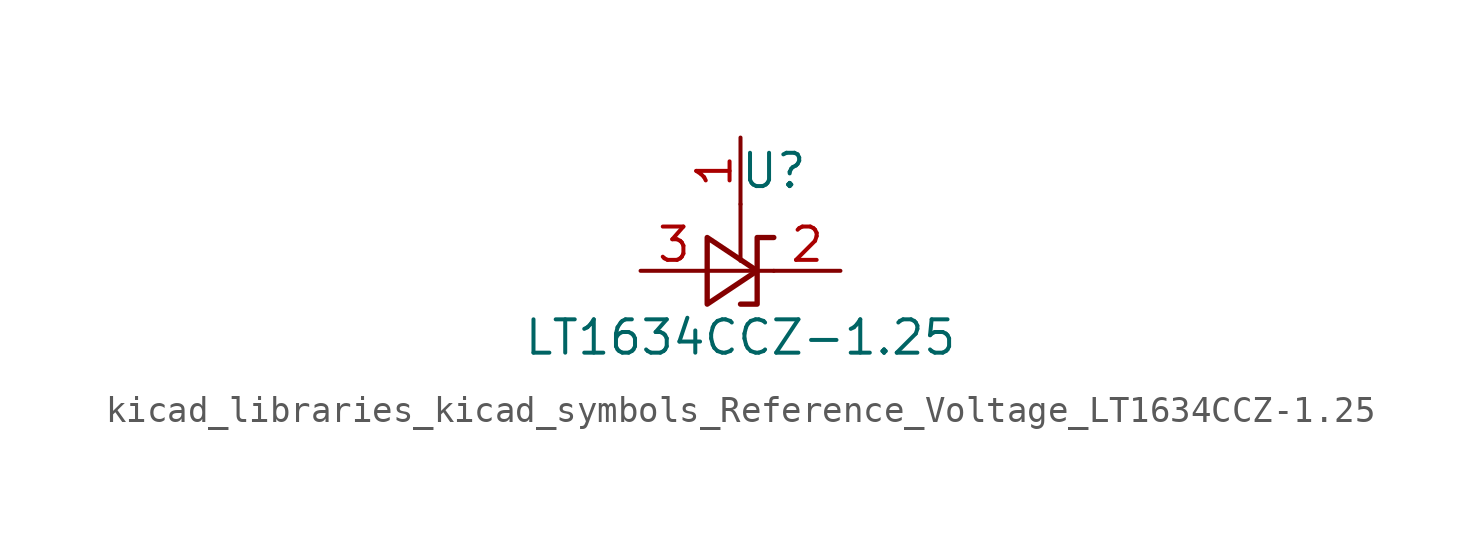
<source format=kicad_sym>
(kicad_symbol_lib
  (version 20220914)
  (generator kicad_symbol_editor)
  (symbol "kicad_libraries_kicad_symbols_Reference_Voltage_LT1634CCZ-1.25"
    (pin_names hide)
    (property "Reference" "U"
      (at 1.27 3.81 0)
      (effects (font (size 1.27 1.27))))
    (property "Value" "LT1634CCZ-1.25"
      (at 0 -2.54 0)
      (effects (font (size 1.27 1.27))))
    (symbol "kicad_libraries_kicad_symbols_Reference_Voltage_LT1634CCZ-1.25_1_1"
      (polyline (pts (xy 0 2.54) (xy 0 0.381)) (stroke (width 0) (type default)) (fill (type none)))
      (polyline (pts (xy -1.27 0) (xy 0 0) (xy 1.27 0)) (stroke (width 0) (type default)) (fill (type none)))
      (polyline (pts (xy -1.27 -1.27) (xy 0.635 0) (xy -1.27 1.27) (xy -1.27 -1.27)) (stroke (width 0.203) (type default)) (fill (type none)))
      (polyline (pts (xy 0 -1.27) (xy 0.635 -1.27) (xy 0.635 1.27) (xy 1.27 1.27)) (stroke (width 0.203) (type default)) (fill (type none)))
      (pin input line (at 0 5.08 270) (length 2.54) (name "Test" (effects (font (size 1.27 1.27)))) (number "1" (effects (font (size 1.27 1.27)))))
      (pin passive line (at 3.81 0 180) (length 2.54) (name "K" (effects (font (size 1.27 1.27)))) (number "2" (effects (font (size 1.27 1.27)))))
      (pin passive line (at -3.81 0 0) (length 2.54) (name "A" (effects (font (size 1.27 1.27)))) (number "3" (effects (font (size 1.27 1.27))))))))
</source>
